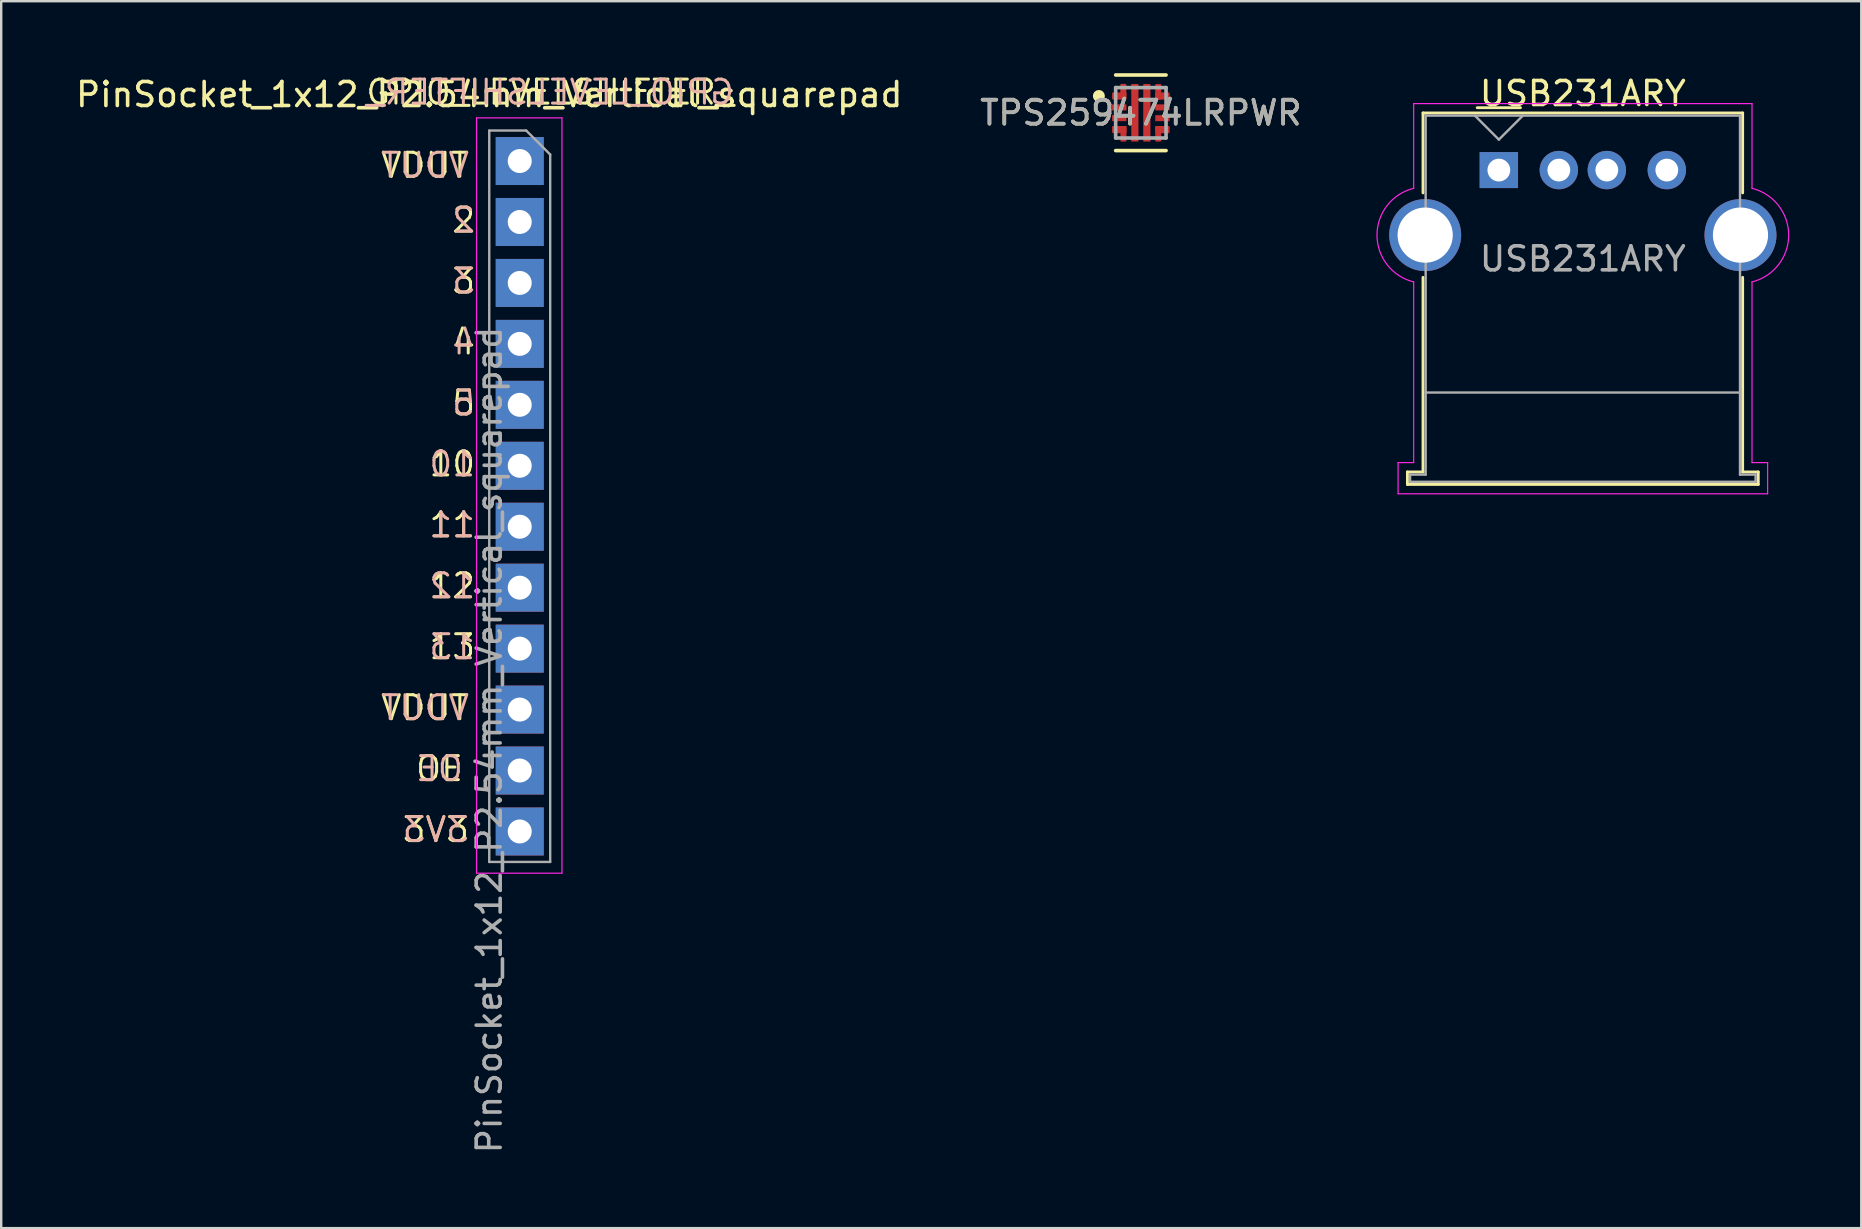
<source format=kicad_pcb>
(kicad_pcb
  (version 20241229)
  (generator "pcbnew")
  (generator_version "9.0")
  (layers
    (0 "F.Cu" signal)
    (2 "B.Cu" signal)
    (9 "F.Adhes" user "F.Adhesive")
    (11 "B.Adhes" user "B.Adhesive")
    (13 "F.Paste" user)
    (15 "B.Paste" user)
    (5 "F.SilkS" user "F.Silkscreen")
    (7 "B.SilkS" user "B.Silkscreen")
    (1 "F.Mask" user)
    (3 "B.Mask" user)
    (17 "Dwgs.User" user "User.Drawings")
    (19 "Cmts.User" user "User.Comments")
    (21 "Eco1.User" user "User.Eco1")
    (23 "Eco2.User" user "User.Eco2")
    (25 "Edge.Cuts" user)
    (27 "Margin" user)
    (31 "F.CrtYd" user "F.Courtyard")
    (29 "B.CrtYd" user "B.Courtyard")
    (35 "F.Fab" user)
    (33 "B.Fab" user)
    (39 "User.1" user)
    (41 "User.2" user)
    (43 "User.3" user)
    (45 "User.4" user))
  (footprint "USB231ARY"
    (layer "F.Cu")
    (at 59.413 4.038)
    (property "Reference" "USB231ARY" (at 3.5 -3.19 0) (layer "F.SilkS") (effects (font (size 1 1) (thickness 0.15))))
    (attr through_hole)
    (fp_line (start -3.81 12.58) (end -3.81 13.1) (stroke (width 0.12) (type solid)) (layer "F.SilkS"))
    (fp_line (start -3.81 13.1) (end 10.81 13.1) (stroke (width 0.12) (type solid)) (layer "F.SilkS"))
    (fp_line (start -3.16 -2.38) (end -3.16 0.95) (stroke (width 0.12) (type solid)) (layer "F.SilkS"))
    (fp_line (start -3.16 -2.38) (end 10.16 -2.38) (stroke (width 0.12) (type solid)) (layer "F.SilkS"))
    (fp_line (start -3.16 12.58) (end -3.81 12.58) (stroke (width 0.12) (type solid)) (layer "F.SilkS"))
    (fp_line (start -3.16 12.58) (end -3.16 4.47) (stroke (width 0.12) (type solid)) (layer "F.SilkS"))
    (fp_line (start -0.9 -2.6) (end 0.9 -2.6) (stroke (width 0.12) (type solid)) (layer "F.SilkS"))
    (fp_line (start 10.16 -2.38) (end 10.16 0.95) (stroke (width 0.12) (type solid)) (layer "F.SilkS"))
    (fp_line (start 10.16 4.47) (end 10.16 12.58) (stroke (width 0.12) (type solid)) (layer "F.SilkS"))
    (fp_line (start 10.81 12.58) (end 10.16 12.58) (stroke (width 0.12) (type solid)) (layer "F.SilkS"))
    (fp_line (start 10.81 13.1) (end 10.81 12.58) (stroke (width 0.12) (type solid)) (layer "F.SilkS"))
    (fp_line (start -4.2 12.19) (end -3.55 12.19) (stroke (width 0.05) (type solid)) (layer "F.CrtYd"))
    (fp_line (start -4.2 13.49) (end -4.2 12.19) (stroke (width 0.05) (type solid)) (layer "F.CrtYd"))
    (fp_line (start -4.2 13.49) (end 11.2 13.49) (stroke (width 0.05) (type solid)) (layer "F.CrtYd"))
    (fp_line (start -3.55 -2.77) (end -3.55 0.76) (stroke (width 0.05) (type solid)) (layer "F.CrtYd"))
    (fp_line (start -3.55 -2.77) (end 10.55 -2.77) (stroke (width 0.05) (type solid)) (layer "F.CrtYd"))
    (fp_line (start -3.55 12.19) (end -3.55 4.66) (stroke (width 0.05) (type solid)) (layer "F.CrtYd"))
    (fp_line (start 10.55 -2.77) (end 10.55 0.76) (stroke (width 0.05) (type solid)) (layer "F.CrtYd"))
    (fp_line (start 10.55 12.19) (end 10.55 4.66) (stroke (width 0.05) (type solid)) (layer "F.CrtYd"))
    (fp_line (start 11.2 12.19) (end 10.55 12.19) (stroke (width 0.05) (type solid)) (layer "F.CrtYd"))
    (fp_line (start 11.2 13.49) (end 11.2 12.19) (stroke (width 0.05) (type solid)) (layer "F.CrtYd"))
    (fp_arc (start -3.55 4.66) (mid -5.078208 2.71) (end -3.55 0.76) (stroke (width 0.05) (type solid)) (layer "F.CrtYd"))
    (fp_arc (start 10.55 0.76) (mid 12.078208 2.71) (end 10.55 4.66) (stroke (width 0.05) (type solid)) (layer "F.CrtYd"))
    (fp_line (start -3.7 12.69) (end -3.7 12.99) (stroke (width 0.1) (type solid)) (layer "F.Fab"))
    (fp_line (start -3.7 12.99) (end 10.7 12.99) (stroke (width 0.1) (type solid)) (layer "F.Fab"))
    (fp_line (start -3.05 -2.27) (end 10.05 -2.27) (stroke (width 0.1) (type solid)) (layer "F.Fab"))
    (fp_line (start -3.05 9.27) (end 10.05 9.27) (stroke (width 0.1) (type solid)) (layer "F.Fab"))
    (fp_line (start -3.05 12.69) (end -3.7 12.69) (stroke (width 0.1) (type solid)) (layer "F.Fab"))
    (fp_line (start -3.05 12.69) (end -3.05 -2.27) (stroke (width 0.1) (type solid)) (layer "F.Fab"))
    (fp_line (start -1 -2.27) (end 0 -1.27) (stroke (width 0.1) (type solid)) (layer "F.Fab"))
    (fp_line (start 0 -1.27) (end 1 -2.27) (stroke (width 0.1) (type solid)) (layer "F.Fab"))
    (fp_line (start 10.05 -2.27) (end 10.05 12.69) (stroke (width 0.1) (type solid)) (layer "F.Fab"))
    (fp_line (start 10.7 12.69) (end 10.05 12.69) (stroke (width 0.1) (type solid)) (layer "F.Fab"))
    (fp_line (start 10.7 12.99) (end 10.7 12.69) (stroke (width 0.1) (type solid)) (layer "F.Fab"))
    (fp_text user "${REFERENCE}" (at 3.5 3.7 0) (layer "F.Fab") (effects (font (size 1 1) (thickness 0.15))))
    (pad "1" thru_hole rect (at 0 0) (size 1.6 1.5) (drill 0.95) (layers "*.Cu" "*.Mask"))
    (pad "2" thru_hole circle (at 2.5 0) (size 1.6 1.6) (drill 0.95) (layers "*.Cu" "*.Mask"))
    (pad "3" thru_hole circle (at 4.5 0) (size 1.6 1.6) (drill 0.95) (layers "*.Cu" "*.Mask"))
    (pad "4" thru_hole circle (at 7 0) (size 1.6 1.6) (drill 0.95) (layers "*.Cu" "*.Mask"))
    (pad "MH" thru_hole circle (at -3.07 2.71) (size 3 3) (drill 2.3) (layers "*.Cu" "*.Mask"))
    (pad "MH" thru_hole circle (at 10.07 2.71) (size 3 3) (drill 2.3) (layers "*.Cu" "*.Mask")))
  (footprint "PinSocket_1x12_P2.54mm_Vertical_squarepad"
    (layer "F.Cu")
    (at 18.609 3.661)
    (property "Reference" "PinSocket_1x12_P2.54mm_Vertical_squarepad" (at -1.27 -2.77 0) (layer "F.SilkS") (effects (font (size 1 1) (thickness 0.15))))
    (attr through_hole)
    (fp_line (start -1.8 -1.8) (end 1.76 -1.8) (stroke (width 0.05) (type solid)) (layer "F.CrtYd"))
    (fp_line (start -1.8 29.68) (end -1.8 -1.8) (stroke (width 0.05) (type solid)) (layer "F.CrtYd"))
    (fp_line (start 1.76 -1.8) (end 1.76 29.68) (stroke (width 0.05) (type solid)) (layer "F.CrtYd"))
    (fp_line (start 1.76 29.68) (end -1.8 29.68) (stroke (width 0.05) (type solid)) (layer "F.CrtYd"))
    (fp_line (start -1.27 -1.27) (end 0.27 -1.27) (stroke (width 0.1) (type solid)) (layer "F.Fab"))
    (fp_line (start -1.27 29.21) (end -1.27 -1.27) (stroke (width 0.1) (type solid)) (layer "F.Fab"))
    (fp_line (start 0.27 -1.27) (end 1.27 -0.27) (stroke (width 0.1) (type solid)) (layer "F.Fab"))
    (fp_line (start 1.27 -0.27) (end 1.27 29.21) (stroke (width 0.1) (type solid)) (layer "F.Fab"))
    (fp_line (start 1.27 29.21) (end -1.27 29.21) (stroke (width 0.1) (type solid)) (layer "F.Fab"))
    (fp_line (start -1.33 -1.33) (end -1.33 29.21) (stroke (width 0.12) (type solid)) (layer "User.9"))
    (fp_line (start -1.33 -1.33) (end -1.27 -1.33) (stroke (width 0.12) (type solid)) (layer "User.9"))
    (fp_line (start -1.33 29.21) (end 1.33 29.21) (stroke (width 0.12) (type solid)) (layer "User.9"))
    (fp_line (start -1.33 29.21) (end 1.33 29.21) (stroke (width 0.12) (type solid)) (layer "User.9"))
    (fp_line (start -1.27 -1.33) (end -1.27 1.27) (stroke (width 0.12) (type solid)) (layer "User.9"))
    (fp_line (start -1.27 1.27) (end 1.33 1.27) (stroke (width 0.12) (type solid)) (layer "User.9"))
    (fp_line (start 0 -1.33) (end 1.33 -1.33) (stroke (width 0.12) (type solid)) (layer "User.9"))
    (fp_line (start 1.33 -1.33) (end 1.33 0) (stroke (width 0.12) (type solid)) (layer "User.9"))
    (fp_line (start 1.33 1.27) (end 1.33 29.21) (stroke (width 0.12) (type solid)) (layer "User.9"))
    (fp_text user "3V3" (at -2.032 28.448 0) (unlocked yes) (layer "F.SilkS") (effects (font (size 1 1) (thickness 0.125)) (justify right bottom)))
    (fp_text user "5" (at -1.778 10.668 0) (unlocked yes) (layer "F.SilkS") (effects (font (size 1 1) (thickness 0.125)) (justify right bottom)))
    (fp_text user "3" (at -1.778 5.588 0) (unlocked yes) (layer "F.SilkS") (effects (font (size 1 1) (thickness 0.125)) (justify right bottom)))
    (fp_text user "13" (at -1.778 20.828 0) (unlocked yes) (layer "F.SilkS") (effects (font (size 1 1) (thickness 0.125)) (justify right bottom)))
    (fp_text user "VDUT" (at -2.032 23.368 0) (unlocked yes) (layer "F.SilkS") (effects (font (size 1 1) (thickness 0.125)) (justify right bottom)))
    (fp_text user "GPIO_LEVELSHIFTER_" (at 1.27 -2.286 0) (unlocked yes) (layer "F.SilkS") (effects (font (size 1 1) (thickness 0.125)) (justify bottom)))
    (fp_text user "11" (at -1.778 15.748 0) (unlocked yes) (layer "F.SilkS") (effects (font (size 1 1) (thickness 0.125)) (justify right bottom)))
    (fp_text user "12" (at -1.778 18.288 0) (unlocked yes) (layer "F.SilkS") (effects (font (size 1 1) (thickness 0.125)) (justify right bottom)))
    (fp_text user "VDUT" (at -2.032 0.762 0) (unlocked yes) (layer "F.SilkS") (effects (font (size 1 1) (thickness 0.125)) (justify right bottom)))
    (fp_text user "2" (at -1.778 3.048 0) (unlocked yes) (layer "F.SilkS") (effects (font (size 1 1) (thickness 0.125)) (justify right bottom)))
    (fp_text user "OE" (at -2.286 25.908 0) (unlocked yes) (layer "F.SilkS") (effects (font (size 1 1) (thickness 0.125)) (justify right bottom)))
    (fp_text user "10" (at -1.778 13.208 0) (unlocked yes) (layer "F.SilkS") (effects (font (size 1 1) (thickness 0.125)) (justify right bottom)))
    (fp_text user "4" (at -1.778 8.128 0) (unlocked yes) (layer "F.SilkS") (effects (font (size 1 1) (thickness 0.125)) (justify right bottom)))
    (fp_text user "11" (at -1.778 15.748 0) (unlocked yes) (layer "B.SilkS") (effects (font (size 1 1) (thickness 0.125)) (justify left bottom mirror)))
    (fp_text user "4" (at -1.778 8.128 0) (unlocked yes) (layer "B.SilkS") (effects (font (size 1 1) (thickness 0.125)) (justify left bottom mirror)))
    (fp_text user "2" (at -1.778 3.048 0) (unlocked yes) (layer "B.SilkS") (effects (font (size 1 1) (thickness 0.125)) (justify left bottom mirror)))
    (fp_text user "13" (at -1.778 20.828 0) (unlocked yes) (layer "B.SilkS") (effects (font (size 1 1) (thickness 0.125)) (justify left bottom mirror)))
    (fp_text user "VDUT" (at -2.032 23.368 0) (unlocked yes) (layer "B.SilkS") (effects (font (size 1 1) (thickness 0.125)) (justify left bottom mirror)))
    (fp_text user "OE" (at -2.286 25.908 0) (unlocked yes) (layer "B.SilkS") (effects (font (size 1 1) (thickness 0.125)) (justify left bottom mirror)))
    (fp_text user "GPIO_LEVELSHIFTER_" (at 1.27 -2.286 0) (unlocked yes) (layer "B.SilkS") (effects (font (size 1 1) (thickness 0.125)) (justify bottom mirror)))
    (fp_text user "5" (at -1.778 10.668 0) (unlocked yes) (layer "B.SilkS") (effects (font (size 1 1) (thickness 0.125)) (justify left bottom mirror)))
    (fp_text user "VDUT" (at -2.032 0.762 0) (unlocked yes) (layer "B.SilkS") (effects (font (size 1 1) (thickness 0.125)) (justify left bottom mirror)))
    (fp_text user "3" (at -1.778 5.588 0) (unlocked yes) (layer "B.SilkS") (effects (font (size 1 1) (thickness 0.125)) (justify left bottom mirror)))
    (fp_text user "3V3" (at -2.032 28.448 0) (unlocked yes) (layer "B.SilkS") (effects (font (size 1 1) (thickness 0.125)) (justify left bottom mirror)))
    (fp_text user "10" (at -1.778 13.208 0) (unlocked yes) (layer "B.SilkS") (effects (font (size 1 1) (thickness 0.125)) (justify left bottom mirror)))
    (fp_text user "12" (at -1.778 18.288 0) (unlocked yes) (layer "B.SilkS") (effects (font (size 1 1) (thickness 0.125)) (justify left bottom mirror)))
    (fp_text user "${REFERENCE}" (at -1.27 24.13 90) (layer "F.Fab") (effects (font (size 1 1) (thickness 0.15))))
    (pad "1" thru_hole rect (at 0 0) (size 2 2) (drill 1) (layers "*.Cu" "*.Mask"))
    (pad "2" thru_hole rect (at 0 2.54) (size 2 2) (drill 1) (layers "*.Cu" "*.Mask"))
    (pad "3" thru_hole rect (at 0 5.08) (size 2 2) (drill 1) (layers "*.Cu" "*.Mask"))
    (pad "4" thru_hole rect (at 0 7.62) (size 2 2) (drill 1) (layers "*.Cu" "*.Mask"))
    (pad "5" thru_hole rect (at 0 10.16) (size 2 2) (drill 1) (layers "*.Cu" "*.Mask"))
    (pad "6" thru_hole rect (at 0 12.7) (size 2 2) (drill 1) (layers "*.Cu" "*.Mask"))
    (pad "7" thru_hole rect (at 0 15.24) (size 2 2) (drill 1) (layers "*.Cu" "*.Mask"))
    (pad "8" thru_hole rect (at 0 17.78) (size 2 2) (drill 1) (layers "*.Cu" "*.Mask"))
    (pad "9" thru_hole rect (at 0 20.32) (size 2 2) (drill 1) (layers "*.Cu" "*.Mask"))
    (pad "10" thru_hole rect (at 0 22.86) (size 2 2) (drill 1) (layers "*.Cu" "*.Mask"))
    (pad "11" thru_hole rect (at 0 25.4) (size 2 2) (drill 1) (layers "*.Cu" "*.Mask"))
    (pad "12" thru_hole rect (at 0 27.94) (size 2 2) (drill 1) (layers "*.Cu" "*.Mask")))
  (footprint "TPS259474LRPWR"
    (layer "F.Cu")
    (at 44.494 1.65)
    (property "Reference" "TPS259474LRPWR" (at 0 0 0) (unlocked yes) (layer "F.SilkS") (effects (font (size 1 1) (thickness 0.15))))
    (attr smd)
    (fp_line (start -1.05 -1.575) (end 1.05 -1.575) (stroke (width 0.15) (type solid)) (layer "F.SilkS"))
    (fp_line (start -1.05 1.575) (end 1.05 1.575) (stroke (width 0.15) (type solid)) (layer "F.SilkS"))
    (fp_circle (center -1.75 -0.7) (end -1.625 -0.7) (stroke (width 0.25) (type solid)) (fill no) (layer "F.SilkS"))
    (fp_line (start -1.05 -1.05) (end 1.05 -1.05) (stroke (width 0.15) (type solid)) (layer "F.Fab"))
    (fp_line (start -1.05 1.05) (end -1.05 -1.05) (stroke (width 0.15) (type solid)) (layer "F.Fab"))
    (fp_line (start -1.05 1.05) (end 1.05 1.05) (stroke (width 0.15) (type solid)) (layer "F.Fab"))
    (fp_line (start 1.05 1.05) (end 1.05 -1.05) (stroke (width 0.15) (type solid)) (layer "F.Fab"))
    (fp_text user "${REFERENCE}" (at 0 0 0) (unlocked yes) (layer "F.Fab") (effects (font (size 1 1) (thickness 0.15))))
    (pad "1" smd roundrect (at -0.9 -0.7 90) (size 0.3 0.6) (layers "F.Cu" "F.Mask" "F.Paste") (roundrect_rratio 0.15))
    (pad "1" smd roundrect (at -0.73 -0.88) (size 0.25 0.65) (layers "F.Cu" "F.Mask" "F.Paste") (roundrect_rratio 0.15))
    (pad "2" smd rect (at -0.9 -0.225) (size 0.6 0.25) (layers "F.Cu" "F.Mask" "F.Paste"))
    (pad "3" smd rect (at -0.9 0.225) (size 0.6 0.25) (layers "F.Cu" "F.Mask" "F.Paste"))
    (pad "4" smd roundrect (at -0.9 0.7 90) (size 0.3 0.6) (layers "F.Cu" "F.Mask" "F.Paste") (roundrect_rratio 0.15))
    (pad "4" smd roundrect (at -0.725 0.875) (size 0.25 0.65) (layers "F.Cu" "F.Mask" "F.Paste") (roundrect_rratio 0.15))
    (pad "5" smd rect (at -0.25 0) (size 0.3 2.4) (layers "F.Cu" "F.Mask" "F.Paste"))
    (pad "6" smd rect (at 0.25 0) (size 0.3 2.4) (layers "F.Cu" "F.Mask"))
    (pad "7" smd roundrect (at 0.725 0.875) (size 0.25 0.65) (layers "F.Cu" "F.Mask" "F.Paste") (roundrect_rratio 0.15))
    (pad "7" smd roundrect (at 0.9 0.7 90) (size 0.3 0.6) (layers "F.Cu" "F.Mask" "F.Paste") (roundrect_rratio 0.15))
    (pad "8" smd rect (at 0.9 0.225) (size 0.6 0.25) (layers "F.Cu" "F.Mask" "F.Paste"))
    (pad "9" smd rect (at 0.9 -0.225) (size 0.6 0.25) (layers "F.Cu" "F.Mask" "F.Paste"))
    (pad "10" smd roundrect (at 0.725 -0.875) (size 0.25 0.65) (layers "F.Cu" "F.Mask" "F.Paste") (roundrect_rratio 0.15))
    (pad "10" smd roundrect (at 0.9 -0.7 90) (size 0.3 0.6) (layers "F.Cu" "F.Mask" "F.Paste") (roundrect_rratio 0.15)))
  (gr_rect
    (start -3 -3)
    (end 74.516 48.13)
    (stroke (width 0.1) (type default))
    (fill no)
    (layer "Edge.Cuts")))
</source>
